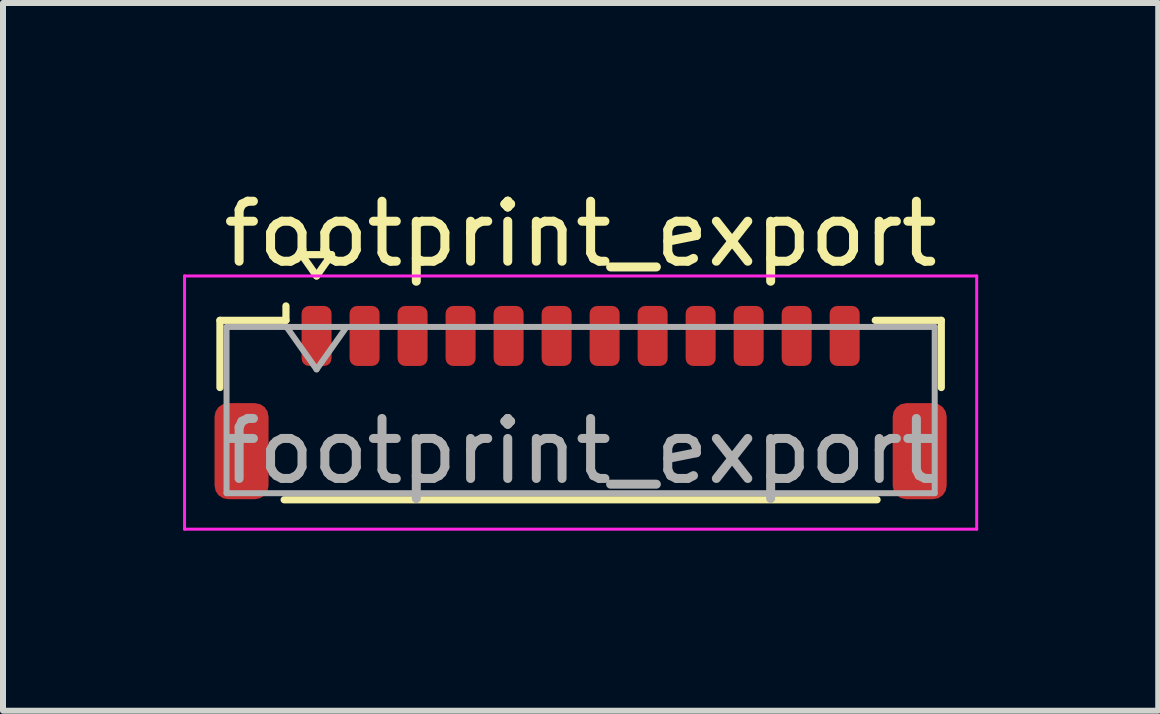
<source format=kicad_pcb>
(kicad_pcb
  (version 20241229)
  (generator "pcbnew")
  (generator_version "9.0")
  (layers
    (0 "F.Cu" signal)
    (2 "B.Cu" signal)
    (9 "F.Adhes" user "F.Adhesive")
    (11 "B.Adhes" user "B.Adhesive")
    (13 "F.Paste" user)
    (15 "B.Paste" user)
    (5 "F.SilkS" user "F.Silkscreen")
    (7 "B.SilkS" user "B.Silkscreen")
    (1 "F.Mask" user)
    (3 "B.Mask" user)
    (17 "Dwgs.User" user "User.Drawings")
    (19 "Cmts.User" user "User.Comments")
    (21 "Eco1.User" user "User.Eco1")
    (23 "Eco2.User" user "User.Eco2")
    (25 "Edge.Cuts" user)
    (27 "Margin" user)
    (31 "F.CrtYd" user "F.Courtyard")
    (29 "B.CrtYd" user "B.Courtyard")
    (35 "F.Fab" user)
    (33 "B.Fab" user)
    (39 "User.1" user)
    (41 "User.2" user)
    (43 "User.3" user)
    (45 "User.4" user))
  (footprint "footprint_export"
    (layer "F.Cu")
    (at 6.625 3.658)
    (property "Reference" "footprint_export" (at 0 -2.81 0) (layer "F.SilkS") (effects (font (size 1 1) (thickness 0.15))))
    (attr smd)
    (fp_line (start -6.01 -1.37) (end -4.91 -1.37) (stroke (width 0.12) (type solid)) (layer "F.SilkS"))
    (fp_line (start -6.01 -0.25) (end -6.01 -1.37) (stroke (width 0.12) (type solid)) (layer "F.SilkS"))
    (fp_line (start -4.94 1.62) (end 4.94 1.62) (stroke (width 0.12) (type solid)) (layer "F.SilkS"))
    (fp_line (start -4.91 -1.37) (end -4.91 -1.61) (stroke (width 0.12) (type solid)) (layer "F.SilkS"))
    (fp_line (start -4.65 -2.464) (end -4.4 -2.11) (stroke (width 0.12) (type solid)) (layer "F.SilkS"))
    (fp_line (start -4.4 -2.11) (end -4.15 -2.464) (stroke (width 0.12) (type solid)) (layer "F.SilkS"))
    (fp_line (start -4.15 -2.464) (end -4.65 -2.464) (stroke (width 0.12) (type solid)) (layer "F.SilkS"))
    (fp_line (start 6.01 -1.37) (end 4.91 -1.37) (stroke (width 0.12) (type solid)) (layer "F.SilkS"))
    (fp_line (start 6.01 -0.25) (end 6.01 -1.37) (stroke (width 0.12) (type solid)) (layer "F.SilkS"))
    (fp_line (start -6.6 -2.11) (end -6.6 2.11) (stroke (width 0.05) (type solid)) (layer "F.CrtYd"))
    (fp_line (start -6.6 2.11) (end 6.6 2.11) (stroke (width 0.05) (type solid)) (layer "F.CrtYd"))
    (fp_line (start 6.6 -2.11) (end -6.6 -2.11) (stroke (width 0.05) (type solid)) (layer "F.CrtYd"))
    (fp_line (start 6.6 2.11) (end 6.6 -2.11) (stroke (width 0.05) (type solid)) (layer "F.CrtYd"))
    (fp_line (start -5.9 -1.26) (end -5.9 1.51) (stroke (width 0.1) (type solid)) (layer "F.Fab"))
    (fp_line (start -5.9 -1.26) (end 5.9 -1.26) (stroke (width 0.1) (type solid)) (layer "F.Fab"))
    (fp_line (start -5.9 1.51) (end 5.9 1.51) (stroke (width 0.1) (type solid)) (layer "F.Fab"))
    (fp_line (start -4.9 -1.26) (end -4.4 -0.553) (stroke (width 0.1) (type solid)) (layer "F.Fab"))
    (fp_line (start -4.4 -0.553) (end -3.9 -1.26) (stroke (width 0.1) (type solid)) (layer "F.Fab"))
    (fp_line (start 5.9 -1.26) (end 5.9 1.51) (stroke (width 0.1) (type solid)) (layer "F.Fab"))
    (fp_text user "${REFERENCE}" (at 0 0.81 0) (layer "F.Fab") (effects (font (size 1 1) (thickness 0.15))))
    (pad "1" smd roundrect (at -4.4 -1.11) (size 0.5 1) (layers "F.Cu" "F.Mask" "F.Paste") (roundrect_rratio 0.25))
    (pad "2" smd roundrect (at -3.6 -1.11) (size 0.5 1) (layers "F.Cu" "F.Mask" "F.Paste") (roundrect_rratio 0.25))
    (pad "3" smd roundrect (at -2.8 -1.11) (size 0.5 1) (layers "F.Cu" "F.Mask" "F.Paste") (roundrect_rratio 0.25))
    (pad "4" smd roundrect (at -2 -1.11) (size 0.5 1) (layers "F.Cu" "F.Mask" "F.Paste") (roundrect_rratio 0.25))
    (pad "5" smd roundrect (at -1.2 -1.11) (size 0.5 1) (layers "F.Cu" "F.Mask" "F.Paste") (roundrect_rratio 0.25))
    (pad "6" smd roundrect (at -0.4 -1.11) (size 0.5 1) (layers "F.Cu" "F.Mask" "F.Paste") (roundrect_rratio 0.25))
    (pad "7" smd roundrect (at 0.4 -1.11) (size 0.5 1) (layers "F.Cu" "F.Mask" "F.Paste") (roundrect_rratio 0.25))
    (pad "8" smd roundrect (at 1.2 -1.11) (size 0.5 1) (layers "F.Cu" "F.Mask" "F.Paste") (roundrect_rratio 0.25))
    (pad "9" smd roundrect (at 2 -1.11) (size 0.5 1) (layers "F.Cu" "F.Mask" "F.Paste") (roundrect_rratio 0.25))
    (pad "10" smd roundrect (at 2.8 -1.11) (size 0.5 1) (layers "F.Cu" "F.Mask" "F.Paste") (roundrect_rratio 0.25))
    (pad "11" smd roundrect (at 3.6 -1.11) (size 0.5 1) (layers "F.Cu" "F.Mask" "F.Paste") (roundrect_rratio 0.25))
    (pad "12" smd roundrect (at 4.4 -1.11) (size 0.5 1) (layers "F.Cu" "F.Mask" "F.Paste") (roundrect_rratio 0.25))
    (pad "MP" smd roundrect (at -5.65 0.81) (size 0.9 1.6) (layers "F.Cu" "F.Mask" "F.Paste") (roundrect_rratio 0.25))
    (pad "MP" smd roundrect (at 5.65 0.81) (size 0.9 1.6) (layers "F.Cu" "F.Mask" "F.Paste") (roundrect_rratio 0.25)))
  (gr_rect
    (start -3 -3)
    (end 16.25 8.793)
    (stroke (width 0.1) (type default))
    (fill no)
    (layer "Edge.Cuts")))
</source>
